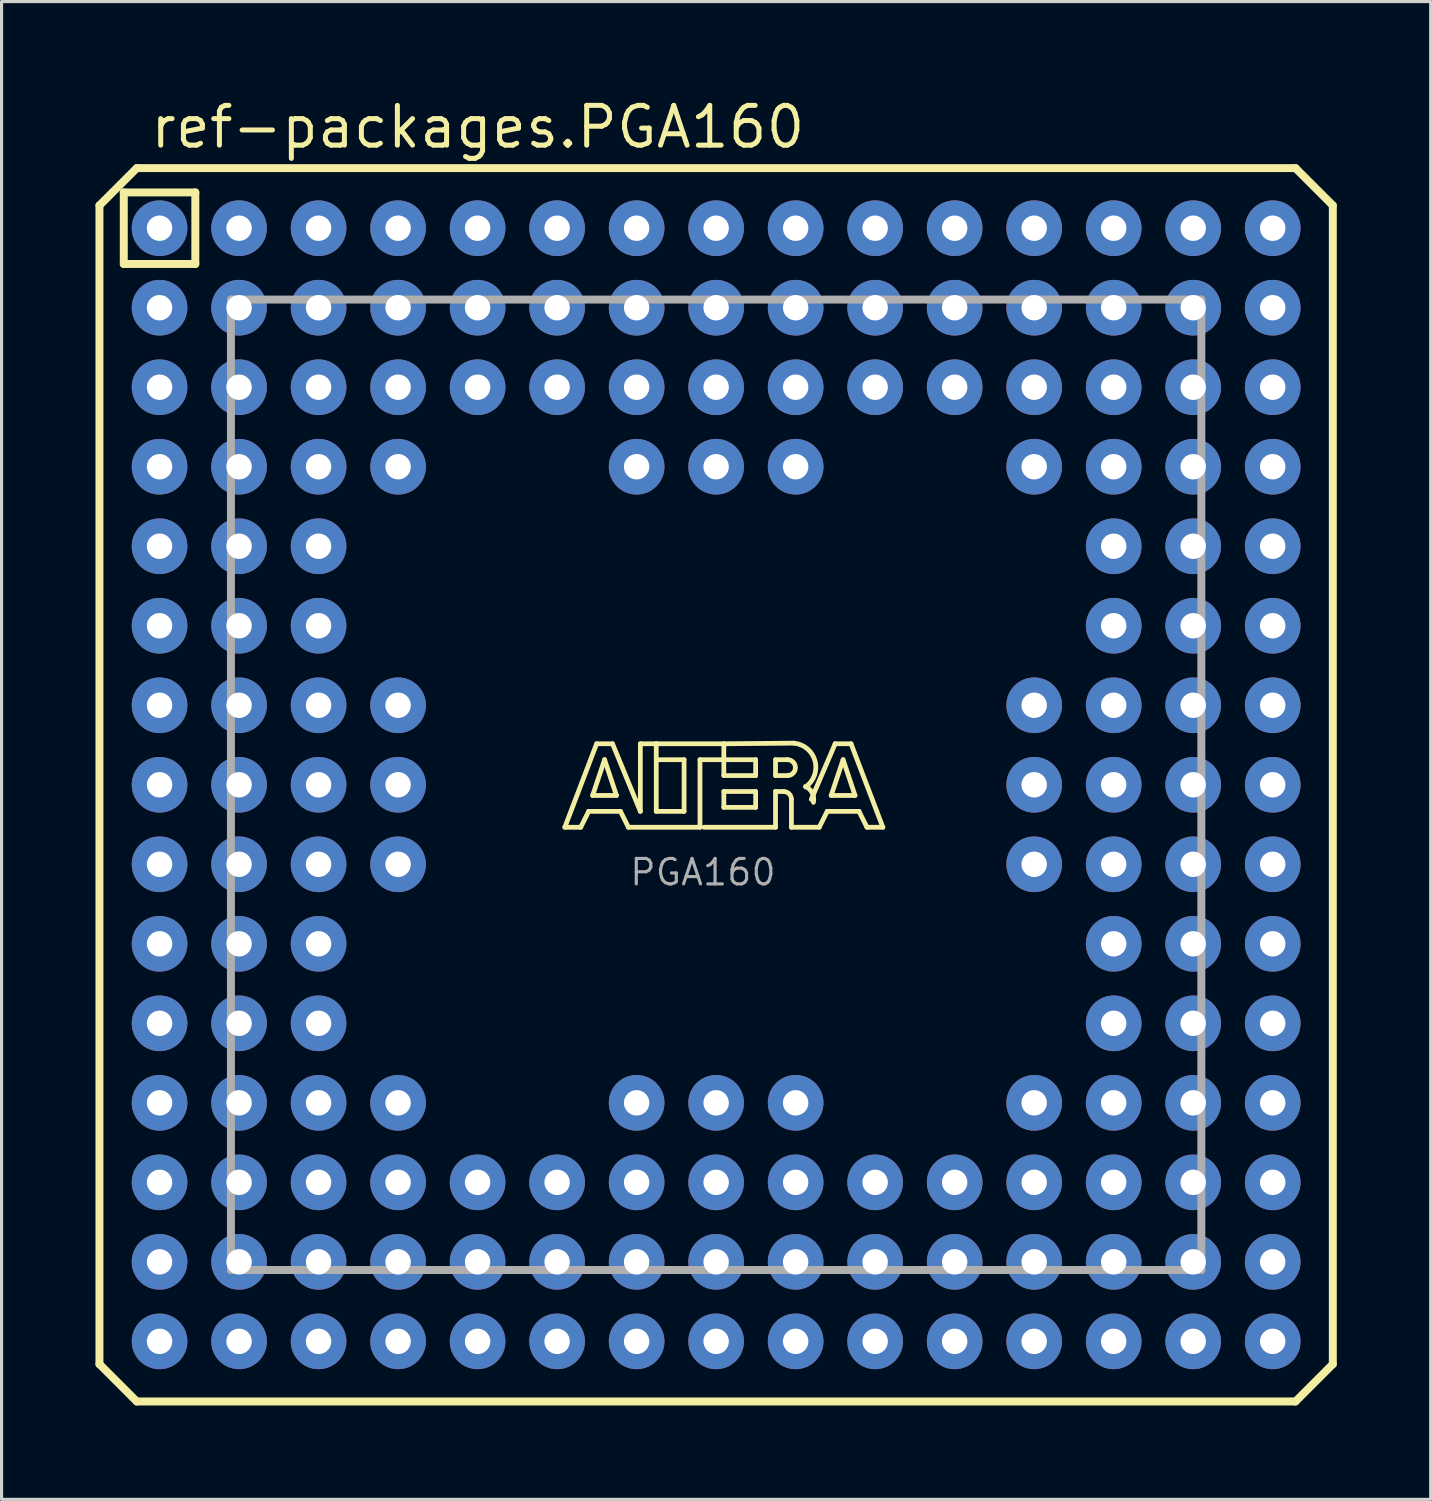
<source format=kicad_pcb>
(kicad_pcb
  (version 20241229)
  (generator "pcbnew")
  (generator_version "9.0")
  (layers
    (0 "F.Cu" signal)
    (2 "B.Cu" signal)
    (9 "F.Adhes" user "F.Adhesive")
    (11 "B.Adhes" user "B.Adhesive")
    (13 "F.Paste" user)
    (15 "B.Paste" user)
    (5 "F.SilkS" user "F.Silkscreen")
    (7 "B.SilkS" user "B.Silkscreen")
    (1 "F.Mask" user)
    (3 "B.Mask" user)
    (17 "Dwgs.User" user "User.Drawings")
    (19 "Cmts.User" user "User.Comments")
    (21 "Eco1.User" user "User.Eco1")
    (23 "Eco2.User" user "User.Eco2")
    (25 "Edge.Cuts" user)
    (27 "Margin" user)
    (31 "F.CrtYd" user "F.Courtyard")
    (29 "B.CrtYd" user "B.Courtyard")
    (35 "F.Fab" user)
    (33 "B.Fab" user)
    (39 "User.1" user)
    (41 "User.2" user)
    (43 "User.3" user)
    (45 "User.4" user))
  (footprint "ref-packages.PGA160"
    (layer "F.Cu")
    (at 19.827 22.02)
    (property "Reference" "ref-packages.PGA160" (at -18.15 -20.27 0) (layer "F.SilkS") (effects (font (size 1.27 1.27) (thickness 0.16)) (justify left bottom)))
    (attr through_hole)
    (fp_line (start -19.7 -18.508) (end -18.508 -19.7) (stroke (width 0.254) (type default)) (layer "F.SilkS"))
    (fp_line (start -19.7 18.508) (end -19.7 -18.508) (stroke (width 0.254) (type default)) (layer "F.SilkS"))
    (fp_line (start -18.923 -18.923) (end -16.637 -18.923) (stroke (width 0.254) (type default)) (layer "F.SilkS"))
    (fp_line (start -18.923 -16.637) (end -18.923 -18.923) (stroke (width 0.254) (type default)) (layer "F.SilkS"))
    (fp_line (start -18.508 -19.7) (end 18.508 -19.7) (stroke (width 0.254) (type default)) (layer "F.SilkS"))
    (fp_line (start -18.508 19.7) (end -19.7 18.508) (stroke (width 0.254) (type default)) (layer "F.SilkS"))
    (fp_line (start -16.637 -18.923) (end -16.637 -16.637) (stroke (width 0.254) (type default)) (layer "F.SilkS"))
    (fp_line (start -16.637 -16.637) (end -18.923 -16.637) (stroke (width 0.254) (type default)) (layer "F.SilkS"))
    (fp_line (start -4.834 1.357) (end -3.818 -1.31) (stroke (width 0.152) (type default)) (layer "F.SilkS"))
    (fp_line (start -4.326 1.357) (end -4.834 1.357) (stroke (width 0.152) (type default)) (layer "F.SilkS"))
    (fp_line (start -4.072 0.849) (end -4.326 1.357) (stroke (width 0.152) (type default)) (layer "F.SilkS"))
    (fp_line (start -3.945 0.341) (end -3.183 0.341) (stroke (width 0.152) (type default)) (layer "F.SilkS"))
    (fp_line (start -3.818 -1.31) (end -3.31 -1.31) (stroke (width 0.152) (type default)) (layer "F.SilkS"))
    (fp_line (start -3.564 -0.802) (end -3.945 0.341) (stroke (width 0.152) (type default)) (layer "F.SilkS"))
    (fp_line (start -3.31 -1.31) (end -2.421 0.849) (stroke (width 0.152) (type default)) (layer "F.SilkS"))
    (fp_line (start -3.183 0.341) (end -3.564 -0.802) (stroke (width 0.152) (type default)) (layer "F.SilkS"))
    (fp_line (start -3.056 0.849) (end -4.072 0.849) (stroke (width 0.152) (type default)) (layer "F.SilkS"))
    (fp_line (start -2.802 1.357) (end -3.056 0.849) (stroke (width 0.152) (type default)) (layer "F.SilkS"))
    (fp_line (start -2.421 -1.31) (end -1.913 -1.31) (stroke (width 0.152) (type default)) (layer "F.SilkS"))
    (fp_line (start -2.421 0.849) (end -2.421 -1.31) (stroke (width 0.152) (type default)) (layer "F.SilkS"))
    (fp_line (start -1.913 -1.31) (end -1.913 -0.802) (stroke (width 0.152) (type default)) (layer "F.SilkS"))
    (fp_line (start -1.913 -1.31) (end 0.246 -1.31) (stroke (width 0.152) (type default)) (layer "F.SilkS"))
    (fp_line (start -1.913 -0.802) (end -1.913 0.849) (stroke (width 0.152) (type default)) (layer "F.SilkS"))
    (fp_line (start -1.913 0.849) (end -1.024 0.849) (stroke (width 0.152) (type default)) (layer "F.SilkS"))
    (fp_line (start -1.024 -0.802) (end -1.913 -0.802) (stroke (width 0.152) (type default)) (layer "F.SilkS"))
    (fp_line (start -1.024 0.849) (end -1.024 -0.802) (stroke (width 0.152) (type default)) (layer "F.SilkS"))
    (fp_line (start -0.516 -0.802) (end -0.516 1.357) (stroke (width 0.152) (type default)) (layer "F.SilkS"))
    (fp_line (start -0.516 1.357) (end -2.802 1.357) (stroke (width 0.152) (type default)) (layer "F.SilkS"))
    (fp_line (start 0.246 -1.31) (end 0.246 -0.802) (stroke (width 0.152) (type default)) (layer "F.SilkS"))
    (fp_line (start 0.246 -1.31) (end 2.478 -1.33) (stroke (width 0.152) (type default)) (layer "F.SilkS"))
    (fp_line (start 0.246 -0.802) (end -0.516 -0.802) (stroke (width 0.152) (type default)) (layer "F.SilkS"))
    (fp_line (start 0.246 -0.802) (end 0.246 -0.294) (stroke (width 0.152) (type default)) (layer "F.SilkS"))
    (fp_line (start 0.246 -0.294) (end 1.262 -0.294) (stroke (width 0.152) (type default)) (layer "F.SilkS"))
    (fp_line (start 0.246 0.214) (end 1.262 0.214) (stroke (width 0.152) (type default)) (layer "F.SilkS"))
    (fp_line (start 0.246 0.722) (end 0.246 0.214) (stroke (width 0.152) (type default)) (layer "F.SilkS"))
    (fp_line (start 1.262 -0.802) (end 0.246 -0.802) (stroke (width 0.152) (type default)) (layer "F.SilkS"))
    (fp_line (start 1.262 -0.294) (end 1.262 -0.802) (stroke (width 0.152) (type default)) (layer "F.SilkS"))
    (fp_line (start 1.262 0.214) (end 1.262 0.722) (stroke (width 0.152) (type default)) (layer "F.SilkS"))
    (fp_line (start 1.262 0.722) (end 0.246 0.722) (stroke (width 0.152) (type default)) (layer "F.SilkS"))
    (fp_line (start 1.897 -0.802) (end 1.897 -0.294) (stroke (width 0.152) (type default)) (layer "F.SilkS"))
    (fp_line (start 1.897 -0.294) (end 2.278 -0.294) (stroke (width 0.152) (type default)) (layer "F.SilkS"))
    (fp_line (start 1.897 0.214) (end 1.897 1.357) (stroke (width 0.152) (type default)) (layer "F.SilkS"))
    (fp_line (start 1.897 0.214) (end 2.151 0.214) (stroke (width 0.152) (type default)) (layer "F.SilkS"))
    (fp_line (start 1.897 1.357) (end -0.389 1.357) (stroke (width 0.152) (type default)) (layer "F.SilkS"))
    (fp_line (start 2.278 -0.802) (end 1.897 -0.802) (stroke (width 0.152) (type default)) (layer "F.SilkS"))
    (fp_line (start 2.405 0.468) (end 2.405 1.357) (stroke (width 0.152) (type default)) (layer "F.SilkS"))
    (fp_line (start 2.405 1.357) (end 3.294 1.357) (stroke (width 0.152) (type default)) (layer "F.SilkS"))
    (fp_line (start 3.294 1.357) (end 3.548 0.849) (stroke (width 0.152) (type default)) (layer "F.SilkS"))
    (fp_line (start 3.548 0.849) (end 4.564 0.849) (stroke (width 0.152) (type default)) (layer "F.SilkS"))
    (fp_line (start 3.675 0.341) (end 4.056 -0.802) (stroke (width 0.152) (type default)) (layer "F.SilkS"))
    (fp_line (start 3.802 -1.31) (end 3.04 0.468) (stroke (width 0.152) (type default)) (layer "F.SilkS"))
    (fp_line (start 4.056 -0.802) (end 4.437 0.341) (stroke (width 0.152) (type default)) (layer "F.SilkS"))
    (fp_line (start 4.31 -1.31) (end 3.802 -1.31) (stroke (width 0.152) (type default)) (layer "F.SilkS"))
    (fp_line (start 4.437 0.341) (end 3.675 0.341) (stroke (width 0.152) (type default)) (layer "F.SilkS"))
    (fp_line (start 4.564 0.849) (end 4.818 1.357) (stroke (width 0.152) (type default)) (layer "F.SilkS"))
    (fp_line (start 4.818 1.357) (end 5.326 1.357) (stroke (width 0.152) (type default)) (layer "F.SilkS"))
    (fp_line (start 5.326 1.357) (end 4.31 -1.31) (stroke (width 0.152) (type default)) (layer "F.SilkS"))
    (fp_line (start 18.508 -19.7) (end 19.7 -18.508) (stroke (width 0.254) (type default)) (layer "F.SilkS"))
    (fp_line (start 18.508 19.7) (end -18.508 19.7) (stroke (width 0.254) (type default)) (layer "F.SilkS"))
    (fp_line (start 19.7 -18.508) (end 19.7 18.508) (stroke (width 0.254) (type default)) (layer "F.SilkS"))
    (fp_line (start 19.7 18.508) (end 18.508 19.7) (stroke (width 0.254) (type default)) (layer "F.SilkS"))
    (fp_arc (start 2.151 0.214) (mid 2.330605 0.288395) (end 2.405 0.468) (stroke (width 0.1524) (type default)) (layer "F.SilkS"))
    (fp_arc (start 2.278 -0.802) (mid 2.532 -0.548) (end 2.278 -0.294) (stroke (width 0.1524) (type default)) (layer "F.SilkS"))
    (fp_arc (start 2.4785 -1.33) (mid 3.158453 -0.76477) (end 2.8596 0.0674) (stroke (width 0.1524) (type default)) (layer "F.SilkS"))
    (fp_arc (start 2.8543 0.0531) (mid 3.070281 0.262587) (end 3.108 0.5611) (stroke (width 0.1524) (type default)) (layer "F.SilkS"))
    (fp_line (start -15.5 -15.5) (end -15.5 15.5) (stroke (width 0.254) (type default)) (layer "F.Fab"))
    (fp_line (start -15.5 15.5) (end 15.5 15.5) (stroke (width 0.254) (type default)) (layer "F.Fab"))
    (fp_line (start 15.5 -15.5) (end -15.5 -15.5) (stroke (width 0.254) (type default)) (layer "F.Fab"))
    (fp_line (start 15.5 15.5) (end 15.5 -15.5) (stroke (width 0.254) (type default)) (layer "F.Fab"))
    (fp_text user "PGA160" (at -2.81 3.27 0) (layer "F.Fab") (effects (font (size 0.813 0.813) (thickness 0.1)) (justify left bottom)))
    (pad "A1" thru_hole circle (at -17.78 -17.78) (size 1.778 1.778) (drill 0.813) (layers "*.Cu" "*.Mask"))
    (pad "A2" thru_hole circle (at -15.24 -17.78) (size 1.778 1.778) (drill 0.813) (layers "*.Cu" "*.Mask"))
    (pad "A3" thru_hole circle (at -12.7 -17.78) (size 1.778 1.778) (drill 0.813) (layers "*.Cu" "*.Mask"))
    (pad "A4" thru_hole circle (at -10.16 -17.78) (size 1.778 1.778) (drill 0.813) (layers "*.Cu" "*.Mask"))
    (pad "A5" thru_hole circle (at -7.62 -17.78) (size 1.778 1.778) (drill 0.813) (layers "*.Cu" "*.Mask"))
    (pad "A6" thru_hole circle (at -5.08 -17.78) (size 1.778 1.778) (drill 0.813) (layers "*.Cu" "*.Mask"))
    (pad "A7" thru_hole circle (at -2.54 -17.78) (size 1.778 1.778) (drill 0.813) (layers "*.Cu" "*.Mask"))
    (pad "A8" thru_hole circle (at 0 -17.78) (size 1.778 1.778) (drill 0.813) (layers "*.Cu" "*.Mask"))
    (pad "A9" thru_hole circle (at 2.54 -17.78) (size 1.778 1.778) (drill 0.813) (layers "*.Cu" "*.Mask"))
    (pad "A10" thru_hole circle (at 5.08 -17.78) (size 1.778 1.778) (drill 0.813) (layers "*.Cu" "*.Mask"))
    (pad "A11" thru_hole circle (at 7.62 -17.78) (size 1.778 1.778) (drill 0.813) (layers "*.Cu" "*.Mask"))
    (pad "A12" thru_hole circle (at 10.16 -17.78) (size 1.778 1.778) (drill 0.813) (layers "*.Cu" "*.Mask"))
    (pad "A13" thru_hole circle (at 12.7 -17.78) (size 1.778 1.778) (drill 0.813) (layers "*.Cu" "*.Mask"))
    (pad "A14" thru_hole circle (at 15.24 -17.78) (size 1.778 1.778) (drill 0.813) (layers "*.Cu" "*.Mask"))
    (pad "A15" thru_hole circle (at 17.78 -17.78) (size 1.778 1.778) (drill 0.813) (layers "*.Cu" "*.Mask"))
    (pad "B1" thru_hole circle (at -17.78 -15.24) (size 1.778 1.778) (drill 0.813) (layers "*.Cu" "*.Mask"))
    (pad "B2" thru_hole circle (at -15.24 -15.24) (size 1.778 1.778) (drill 0.813) (layers "*.Cu" "*.Mask"))
    (pad "B3" thru_hole circle (at -12.7 -15.24) (size 1.778 1.778) (drill 0.813) (layers "*.Cu" "*.Mask"))
    (pad "B4" thru_hole circle (at -10.16 -15.24) (size 1.778 1.778) (drill 0.813) (layers "*.Cu" "*.Mask"))
    (pad "B5" thru_hole circle (at -7.62 -15.24) (size 1.778 1.778) (drill 0.813) (layers "*.Cu" "*.Mask"))
    (pad "B6" thru_hole circle (at -5.08 -15.24) (size 1.778 1.778) (drill 0.813) (layers "*.Cu" "*.Mask"))
    (pad "B7" thru_hole circle (at -2.54 -15.24) (size 1.778 1.778) (drill 0.813) (layers "*.Cu" "*.Mask"))
    (pad "B8" thru_hole circle (at 0 -15.24) (size 1.778 1.778) (drill 0.813) (layers "*.Cu" "*.Mask"))
    (pad "B9" thru_hole circle (at 2.54 -15.24) (size 1.778 1.778) (drill 0.813) (layers "*.Cu" "*.Mask"))
    (pad "B10" thru_hole circle (at 5.08 -15.24) (size 1.778 1.778) (drill 0.813) (layers "*.Cu" "*.Mask"))
    (pad "B11" thru_hole circle (at 7.62 -15.24) (size 1.778 1.778) (drill 0.813) (layers "*.Cu" "*.Mask"))
    (pad "B12" thru_hole circle (at 10.16 -15.24) (size 1.778 1.778) (drill 0.813) (layers "*.Cu" "*.Mask"))
    (pad "B13" thru_hole circle (at 12.7 -15.24) (size 1.778 1.778) (drill 0.813) (layers "*.Cu" "*.Mask"))
    (pad "B14" thru_hole circle (at 15.24 -15.24) (size 1.778 1.778) (drill 0.813) (layers "*.Cu" "*.Mask"))
    (pad "B15" thru_hole circle (at 17.78 -15.24) (size 1.778 1.778) (drill 0.813) (layers "*.Cu" "*.Mask"))
    (pad "C1" thru_hole circle (at -17.78 -12.7) (size 1.778 1.778) (drill 0.813) (layers "*.Cu" "*.Mask"))
    (pad "C2" thru_hole circle (at -15.24 -12.7) (size 1.778 1.778) (drill 0.813) (layers "*.Cu" "*.Mask"))
    (pad "C3" thru_hole circle (at -12.7 -12.7) (size 1.778 1.778) (drill 0.813) (layers "*.Cu" "*.Mask"))
    (pad "C4" thru_hole circle (at -10.16 -12.7) (size 1.778 1.778) (drill 0.813) (layers "*.Cu" "*.Mask"))
    (pad "C5" thru_hole circle (at -7.62 -12.7) (size 1.778 1.778) (drill 0.813) (layers "*.Cu" "*.Mask"))
    (pad "C6" thru_hole circle (at -5.08 -12.7) (size 1.778 1.778) (drill 0.813) (layers "*.Cu" "*.Mask"))
    (pad "C7" thru_hole circle (at -2.54 -12.7) (size 1.778 1.778) (drill 0.813) (layers "*.Cu" "*.Mask"))
    (pad "C8" thru_hole circle (at 0 -12.7) (size 1.778 1.778) (drill 0.813) (layers "*.Cu" "*.Mask"))
    (pad "C9" thru_hole circle (at 2.54 -12.7) (size 1.778 1.778) (drill 0.813) (layers "*.Cu" "*.Mask"))
    (pad "C10" thru_hole circle (at 5.08 -12.7) (size 1.778 1.778) (drill 0.813) (layers "*.Cu" "*.Mask"))
    (pad "C11" thru_hole circle (at 7.62 -12.7) (size 1.778 1.778) (drill 0.813) (layers "*.Cu" "*.Mask"))
    (pad "C12" thru_hole circle (at 10.16 -12.7) (size 1.778 1.778) (drill 0.813) (layers "*.Cu" "*.Mask"))
    (pad "C13" thru_hole circle (at 12.7 -12.7) (size 1.778 1.778) (drill 0.813) (layers "*.Cu" "*.Mask"))
    (pad "C14" thru_hole circle (at 15.24 -12.7) (size 1.778 1.778) (drill 0.813) (layers "*.Cu" "*.Mask"))
    (pad "C15" thru_hole circle (at 17.78 -12.7) (size 1.778 1.778) (drill 0.813) (layers "*.Cu" "*.Mask"))
    (pad "D1" thru_hole circle (at -17.78 -10.16) (size 1.778 1.778) (drill 0.813) (layers "*.Cu" "*.Mask"))
    (pad "D2" thru_hole circle (at -15.24 -10.16) (size 1.778 1.778) (drill 0.813) (layers "*.Cu" "*.Mask"))
    (pad "D3" thru_hole circle (at -12.7 -10.16) (size 1.778 1.778) (drill 0.813) (layers "*.Cu" "*.Mask"))
    (pad "D4" thru_hole circle (at -10.16 -10.16) (size 1.778 1.778) (drill 0.813) (layers "*.Cu" "*.Mask"))
    (pad "D7" thru_hole circle (at -2.54 -10.16) (size 1.778 1.778) (drill 0.813) (layers "*.Cu" "*.Mask"))
    (pad "D8" thru_hole circle (at 0 -10.16) (size 1.778 1.778) (drill 0.813) (layers "*.Cu" "*.Mask"))
    (pad "D9" thru_hole circle (at 2.54 -10.16) (size 1.778 1.778) (drill 0.813) (layers "*.Cu" "*.Mask"))
    (pad "D12" thru_hole circle (at 10.16 -10.16) (size 1.778 1.778) (drill 0.813) (layers "*.Cu" "*.Mask"))
    (pad "D13" thru_hole circle (at 12.7 -10.16) (size 1.778 1.778) (drill 0.813) (layers "*.Cu" "*.Mask"))
    (pad "D14" thru_hole circle (at 15.24 -10.16) (size 1.778 1.778) (drill 0.813) (layers "*.Cu" "*.Mask"))
    (pad "D15" thru_hole circle (at 17.78 -10.16) (size 1.778 1.778) (drill 0.813) (layers "*.Cu" "*.Mask"))
    (pad "E1" thru_hole circle (at -17.78 -7.62) (size 1.778 1.778) (drill 0.813) (layers "*.Cu" "*.Mask"))
    (pad "E2" thru_hole circle (at -15.24 -7.62) (size 1.778 1.778) (drill 0.813) (layers "*.Cu" "*.Mask"))
    (pad "E3" thru_hole circle (at -12.7 -7.62) (size 1.778 1.778) (drill 0.813) (layers "*.Cu" "*.Mask"))
    (pad "E13" thru_hole circle (at 12.7 -7.62) (size 1.778 1.778) (drill 0.813) (layers "*.Cu" "*.Mask"))
    (pad "E14" thru_hole circle (at 15.24 -7.62) (size 1.778 1.778) (drill 0.813) (layers "*.Cu" "*.Mask"))
    (pad "E15" thru_hole circle (at 17.78 -7.62) (size 1.778 1.778) (drill 0.813) (layers "*.Cu" "*.Mask"))
    (pad "F1" thru_hole circle (at -17.78 -5.08) (size 1.778 1.778) (drill 0.813) (layers "*.Cu" "*.Mask"))
    (pad "F2" thru_hole circle (at -15.24 -5.08) (size 1.778 1.778) (drill 0.813) (layers "*.Cu" "*.Mask"))
    (pad "F3" thru_hole circle (at -12.7 -5.08) (size 1.778 1.778) (drill 0.813) (layers "*.Cu" "*.Mask"))
    (pad "F13" thru_hole circle (at 12.7 -5.08) (size 1.778 1.778) (drill 0.813) (layers "*.Cu" "*.Mask"))
    (pad "F14" thru_hole circle (at 15.24 -5.08) (size 1.778 1.778) (drill 0.813) (layers "*.Cu" "*.Mask"))
    (pad "F15" thru_hole circle (at 17.78 -5.08) (size 1.778 1.778) (drill 0.813) (layers "*.Cu" "*.Mask"))
    (pad "G1" thru_hole circle (at -17.78 -2.54) (size 1.778 1.778) (drill 0.813) (layers "*.Cu" "*.Mask"))
    (pad "G2" thru_hole circle (at -15.24 -2.54) (size 1.778 1.778) (drill 0.813) (layers "*.Cu" "*.Mask"))
    (pad "G3" thru_hole circle (at -12.7 -2.54) (size 1.778 1.778) (drill 0.813) (layers "*.Cu" "*.Mask"))
    (pad "G4" thru_hole circle (at -10.16 -2.54) (size 1.778 1.778) (drill 0.813) (layers "*.Cu" "*.Mask"))
    (pad "G12" thru_hole circle (at 10.16 -2.54) (size 1.778 1.778) (drill 0.813) (layers "*.Cu" "*.Mask"))
    (pad "G13" thru_hole circle (at 12.7 -2.54) (size 1.778 1.778) (drill 0.813) (layers "*.Cu" "*.Mask"))
    (pad "G14" thru_hole circle (at 15.24 -2.54) (size 1.778 1.778) (drill 0.813) (layers "*.Cu" "*.Mask"))
    (pad "G15" thru_hole circle (at 17.78 -2.54) (size 1.778 1.778) (drill 0.813) (layers "*.Cu" "*.Mask"))
    (pad "H1" thru_hole circle (at -17.78 0) (size 1.778 1.778) (drill 0.813) (layers "*.Cu" "*.Mask"))
    (pad "H2" thru_hole circle (at -15.24 0) (size 1.778 1.778) (drill 0.813) (layers "*.Cu" "*.Mask"))
    (pad "H3" thru_hole circle (at -12.7 0) (size 1.778 1.778) (drill 0.813) (layers "*.Cu" "*.Mask"))
    (pad "H4" thru_hole circle (at -10.16 0) (size 1.778 1.778) (drill 0.813) (layers "*.Cu" "*.Mask"))
    (pad "H12" thru_hole circle (at 10.16 0) (size 1.778 1.778) (drill 0.813) (layers "*.Cu" "*.Mask"))
    (pad "H13" thru_hole circle (at 12.7 0) (size 1.778 1.778) (drill 0.813) (layers "*.Cu" "*.Mask"))
    (pad "H14" thru_hole circle (at 15.24 0) (size 1.778 1.778) (drill 0.813) (layers "*.Cu" "*.Mask"))
    (pad "H15" thru_hole circle (at 17.78 0) (size 1.778 1.778) (drill 0.813) (layers "*.Cu" "*.Mask"))
    (pad "J1" thru_hole circle (at -17.78 2.54) (size 1.778 1.778) (drill 0.813) (layers "*.Cu" "*.Mask"))
    (pad "J2" thru_hole circle (at -15.24 2.54) (size 1.778 1.778) (drill 0.813) (layers "*.Cu" "*.Mask"))
    (pad "J3" thru_hole circle (at -12.7 2.54) (size 1.778 1.778) (drill 0.813) (layers "*.Cu" "*.Mask"))
    (pad "J4" thru_hole circle (at -10.16 2.54) (size 1.778 1.778) (drill 0.813) (layers "*.Cu" "*.Mask"))
    (pad "J12" thru_hole circle (at 10.16 2.54) (size 1.778 1.778) (drill 0.813) (layers "*.Cu" "*.Mask"))
    (pad "J13" thru_hole circle (at 12.7 2.54) (size 1.778 1.778) (drill 0.813) (layers "*.Cu" "*.Mask"))
    (pad "J14" thru_hole circle (at 15.24 2.54) (size 1.778 1.778) (drill 0.813) (layers "*.Cu" "*.Mask"))
    (pad "J15" thru_hole circle (at 17.78 2.54) (size 1.778 1.778) (drill 0.813) (layers "*.Cu" "*.Mask"))
    (pad "K1" thru_hole circle (at -17.78 5.08) (size 1.778 1.778) (drill 0.813) (layers "*.Cu" "*.Mask"))
    (pad "K2" thru_hole circle (at -15.24 5.08) (size 1.778 1.778) (drill 0.813) (layers "*.Cu" "*.Mask"))
    (pad "K3" thru_hole circle (at -12.7 5.08) (size 1.778 1.778) (drill 0.813) (layers "*.Cu" "*.Mask"))
    (pad "K13" thru_hole circle (at 12.7 5.08) (size 1.778 1.778) (drill 0.813) (layers "*.Cu" "*.Mask"))
    (pad "K14" thru_hole circle (at 15.24 5.08) (size 1.778 1.778) (drill 0.813) (layers "*.Cu" "*.Mask"))
    (pad "K15" thru_hole circle (at 17.78 5.08) (size 1.778 1.778) (drill 0.813) (layers "*.Cu" "*.Mask"))
    (pad "L1" thru_hole circle (at -17.78 7.62) (size 1.778 1.778) (drill 0.813) (layers "*.Cu" "*.Mask"))
    (pad "L2" thru_hole circle (at -15.24 7.62) (size 1.778 1.778) (drill 0.813) (layers "*.Cu" "*.Mask"))
    (pad "L3" thru_hole circle (at -12.7 7.62) (size 1.778 1.778) (drill 0.813) (layers "*.Cu" "*.Mask"))
    (pad "L13" thru_hole circle (at 12.7 7.62) (size 1.778 1.778) (drill 0.813) (layers "*.Cu" "*.Mask"))
    (pad "L14" thru_hole circle (at 15.24 7.62) (size 1.778 1.778) (drill 0.813) (layers "*.Cu" "*.Mask"))
    (pad "L15" thru_hole circle (at 17.78 7.62) (size 1.778 1.778) (drill 0.813) (layers "*.Cu" "*.Mask"))
    (pad "M1" thru_hole circle (at -17.78 10.16) (size 1.778 1.778) (drill 0.813) (layers "*.Cu" "*.Mask"))
    (pad "M2" thru_hole circle (at -15.24 10.16) (size 1.778 1.778) (drill 0.813) (layers "*.Cu" "*.Mask"))
    (pad "M3" thru_hole circle (at -12.7 10.16) (size 1.778 1.778) (drill 0.813) (layers "*.Cu" "*.Mask"))
    (pad "M4" thru_hole circle (at -10.16 10.16) (size 1.778 1.778) (drill 0.813) (layers "*.Cu" "*.Mask"))
    (pad "M7" thru_hole circle (at -2.54 10.16) (size 1.778 1.778) (drill 0.813) (layers "*.Cu" "*.Mask"))
    (pad "M8" thru_hole circle (at 0 10.16) (size 1.778 1.778) (drill 0.813) (layers "*.Cu" "*.Mask"))
    (pad "M9" thru_hole circle (at 2.54 10.16) (size 1.778 1.778) (drill 0.813) (layers "*.Cu" "*.Mask"))
    (pad "M12" thru_hole circle (at 10.16 10.16) (size 1.778 1.778) (drill 0.813) (layers "*.Cu" "*.Mask"))
    (pad "M13" thru_hole circle (at 12.7 10.16) (size 1.778 1.778) (drill 0.813) (layers "*.Cu" "*.Mask"))
    (pad "M14" thru_hole circle (at 15.24 10.16) (size 1.778 1.778) (drill 0.813) (layers "*.Cu" "*.Mask"))
    (pad "M15" thru_hole circle (at 17.78 10.16) (size 1.778 1.778) (drill 0.813) (layers "*.Cu" "*.Mask"))
    (pad "N1" thru_hole circle (at -17.78 12.7) (size 1.778 1.778) (drill 0.813) (layers "*.Cu" "*.Mask"))
    (pad "N2" thru_hole circle (at -15.24 12.7) (size 1.778 1.778) (drill 0.813) (layers "*.Cu" "*.Mask"))
    (pad "N3" thru_hole circle (at -12.7 12.7) (size 1.778 1.778) (drill 0.813) (layers "*.Cu" "*.Mask"))
    (pad "N4" thru_hole circle (at -10.16 12.7) (size 1.778 1.778) (drill 0.813) (layers "*.Cu" "*.Mask"))
    (pad "N5" thru_hole circle (at -7.62 12.7) (size 1.778 1.778) (drill 0.813) (layers "*.Cu" "*.Mask"))
    (pad "N6" thru_hole circle (at -5.08 12.7) (size 1.778 1.778) (drill 0.813) (layers "*.Cu" "*.Mask"))
    (pad "N7" thru_hole circle (at -2.54 12.7) (size 1.778 1.778) (drill 0.813) (layers "*.Cu" "*.Mask"))
    (pad "N8" thru_hole circle (at 0 12.7) (size 1.778 1.778) (drill 0.813) (layers "*.Cu" "*.Mask"))
    (pad "N9" thru_hole circle (at 2.54 12.7) (size 1.778 1.778) (drill 0.813) (layers "*.Cu" "*.Mask"))
    (pad "N10" thru_hole circle (at 5.08 12.7) (size 1.778 1.778) (drill 0.813) (layers "*.Cu" "*.Mask"))
    (pad "N11" thru_hole circle (at 7.62 12.7) (size 1.778 1.778) (drill 0.813) (layers "*.Cu" "*.Mask"))
    (pad "N12" thru_hole circle (at 10.16 12.7) (size 1.778 1.778) (drill 0.813) (layers "*.Cu" "*.Mask"))
    (pad "N13" thru_hole circle (at 12.7 12.7) (size 1.778 1.778) (drill 0.813) (layers "*.Cu" "*.Mask"))
    (pad "N14" thru_hole circle (at 15.24 12.7) (size 1.778 1.778) (drill 0.813) (layers "*.Cu" "*.Mask"))
    (pad "N15" thru_hole circle (at 17.78 12.7) (size 1.778 1.778) (drill 0.813) (layers "*.Cu" "*.Mask"))
    (pad "P1" thru_hole circle (at -17.78 15.24) (size 1.778 1.778) (drill 0.813) (layers "*.Cu" "*.Mask"))
    (pad "P2" thru_hole circle (at -15.24 15.24) (size 1.778 1.778) (drill 0.813) (layers "*.Cu" "*.Mask"))
    (pad "P3" thru_hole circle (at -12.7 15.24) (size 1.778 1.778) (drill 0.813) (layers "*.Cu" "*.Mask"))
    (pad "P4" thru_hole circle (at -10.16 15.24) (size 1.778 1.778) (drill 0.813) (layers "*.Cu" "*.Mask"))
    (pad "P5" thru_hole circle (at -7.62 15.24) (size 1.778 1.778) (drill 0.813) (layers "*.Cu" "*.Mask"))
    (pad "P6" thru_hole circle (at -5.08 15.24) (size 1.778 1.778) (drill 0.813) (layers "*.Cu" "*.Mask"))
    (pad "P7" thru_hole circle (at -2.54 15.24) (size 1.778 1.778) (drill 0.813) (layers "*.Cu" "*.Mask"))
    (pad "P8" thru_hole circle (at 0 15.24) (size 1.778 1.778) (drill 0.813) (layers "*.Cu" "*.Mask"))
    (pad "P9" thru_hole circle (at 2.54 15.24) (size 1.778 1.778) (drill 0.813) (layers "*.Cu" "*.Mask"))
    (pad "P10" thru_hole circle (at 5.08 15.24) (size 1.778 1.778) (drill 0.813) (layers "*.Cu" "*.Mask"))
    (pad "P11" thru_hole circle (at 7.62 15.24) (size 1.778 1.778) (drill 0.813) (layers "*.Cu" "*.Mask"))
    (pad "P12" thru_hole circle (at 10.16 15.24) (size 1.778 1.778) (drill 0.813) (layers "*.Cu" "*.Mask"))
    (pad "P13" thru_hole circle (at 12.7 15.24) (size 1.778 1.778) (drill 0.813) (layers "*.Cu" "*.Mask"))
    (pad "P14" thru_hole circle (at 15.24 15.24) (size 1.778 1.778) (drill 0.813) (layers "*.Cu" "*.Mask"))
    (pad "P15" thru_hole circle (at 17.78 15.24) (size 1.778 1.778) (drill 0.813) (layers "*.Cu" "*.Mask"))
    (pad "R1" thru_hole circle (at -17.78 17.78) (size 1.778 1.778) (drill 0.813) (layers "*.Cu" "*.Mask"))
    (pad "R2" thru_hole circle (at -15.24 17.78) (size 1.778 1.778) (drill 0.813) (layers "*.Cu" "*.Mask"))
    (pad "R3" thru_hole circle (at -12.7 17.78) (size 1.778 1.778) (drill 0.813) (layers "*.Cu" "*.Mask"))
    (pad "R4" thru_hole circle (at -10.16 17.78) (size 1.778 1.778) (drill 0.813) (layers "*.Cu" "*.Mask"))
    (pad "R5" thru_hole circle (at -7.62 17.78) (size 1.778 1.778) (drill 0.813) (layers "*.Cu" "*.Mask"))
    (pad "R6" thru_hole circle (at -5.08 17.78) (size 1.778 1.778) (drill 0.813) (layers "*.Cu" "*.Mask"))
    (pad "R7" thru_hole circle (at -2.54 17.78) (size 1.778 1.778) (drill 0.813) (layers "*.Cu" "*.Mask"))
    (pad "R8" thru_hole circle (at 0 17.78) (size 1.778 1.778) (drill 0.813) (layers "*.Cu" "*.Mask"))
    (pad "R9" thru_hole circle (at 2.54 17.78) (size 1.778 1.778) (drill 0.813) (layers "*.Cu" "*.Mask"))
    (pad "R10" thru_hole circle (at 5.08 17.78) (size 1.778 1.778) (drill 0.813) (layers "*.Cu" "*.Mask"))
    (pad "R11" thru_hole circle (at 7.62 17.78) (size 1.778 1.778) (drill 0.813) (layers "*.Cu" "*.Mask"))
    (pad "R12" thru_hole circle (at 10.16 17.78) (size 1.778 1.778) (drill 0.813) (layers "*.Cu" "*.Mask"))
    (pad "R13" thru_hole circle (at 12.7 17.78) (size 1.778 1.778) (drill 0.813) (layers "*.Cu" "*.Mask"))
    (pad "R14" thru_hole circle (at 15.24 17.78) (size 1.778 1.778) (drill 0.813) (layers "*.Cu" "*.Mask"))
    (pad "R15" thru_hole circle (at 17.78 17.78) (size 1.778 1.778) (drill 0.813) (layers "*.Cu" "*.Mask")))
  (gr_rect
    (start -3 -3)
    (end 42.654 44.847)
    (stroke (width 0.1) (type default))
    (fill no)
    (layer "Edge.Cuts")))
</source>
